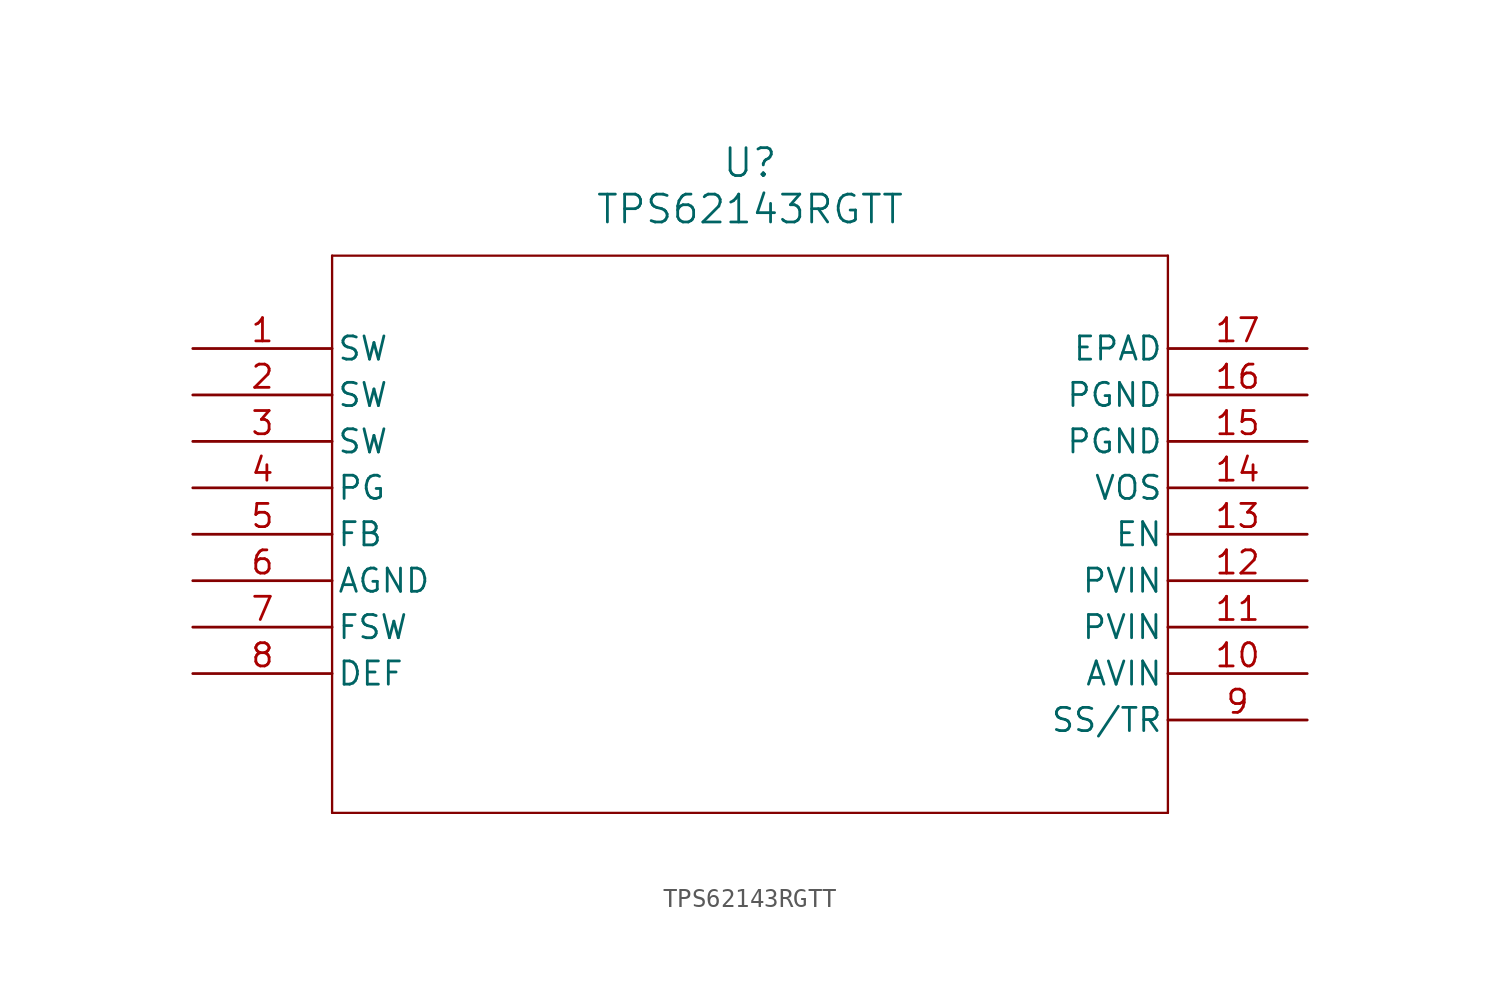
<source format=kicad_sym>
(kicad_symbol_lib
  (version 20211014)
  (generator kicad_symbol_editor)
  (symbol "TPS62143RGTT"
    (pin_names
      (offset 0.254))
    (property "Reference" "U"
      (at 30.48 10.16 0)
      (effects (font (size 1.524 1.524))))
    (property "Value" "TPS62143RGTT"
      (at 30.48 7.62 0)
      (effects (font (size 1.524 1.524))))
    (symbol "TPS62143RGTT_0_1"
      (polyline (pts (xy 7.62 5.08) (xy 7.62 -25.4)) (stroke (width 0.127) (type default) (color 0 0 0 0)) (fill (type none)))
      (polyline (pts (xy 7.62 -25.4) (xy 53.34 -25.4)) (stroke (width 0.127) (type default) (color 0 0 0 0)) (fill (type none)))
      (polyline (pts (xy 53.34 -25.4) (xy 53.34 5.08)) (stroke (width 0.127) (type default) (color 0 0 0 0)) (fill (type none)))
      (polyline (pts (xy 53.34 5.08) (xy 7.62 5.08)) (stroke (width 0.127) (type default) (color 0 0 0 0)) (fill (type none)))
      (pin output line (at 0 0 0) (length 7.62) (name "SW" (effects (font (size 1.27 1.27)))) (number "1" (effects (font (size 1.27 1.27)))))
      (pin output line (at 0 -2.54 0) (length 7.62) (name "SW" (effects (font (size 1.27 1.27)))) (number "2" (effects (font (size 1.27 1.27)))))
      (pin output line (at 0 -5.08 0) (length 7.62) (name "SW" (effects (font (size 1.27 1.27)))) (number "3" (effects (font (size 1.27 1.27)))))
      (pin output line (at 0 -7.62 0) (length 7.62) (name "PG" (effects (font (size 1.27 1.27)))) (number "4" (effects (font (size 1.27 1.27)))))
      (pin input line (at 0 -10.16 0) (length 7.62) (name "FB" (effects (font (size 1.27 1.27)))) (number "5" (effects (font (size 1.27 1.27)))))
      (pin power_in line (at 0 -12.7 0) (length 7.62) (name "AGND" (effects (font (size 1.27 1.27)))) (number "6" (effects (font (size 1.27 1.27)))))
      (pin input line (at 0 -15.24 0) (length 7.62) (name "FSW" (effects (font (size 1.27 1.27)))) (number "7" (effects (font (size 1.27 1.27)))))
      (pin input line (at 0 -17.78 0) (length 7.62) (name "DEF" (effects (font (size 1.27 1.27)))) (number "8" (effects (font (size 1.27 1.27)))))
      (pin input line (at 60.96 -20.32 180) (length 7.62) (name "SS/TR" (effects (font (size 1.27 1.27)))) (number "9" (effects (font (size 1.27 1.27)))))
      (pin input line (at 60.96 -17.78 180) (length 7.62) (name "AVIN" (effects (font (size 1.27 1.27)))) (number "10" (effects (font (size 1.27 1.27)))))
      (pin input line (at 60.96 -15.24 180) (length 7.62) (name "PVIN" (effects (font (size 1.27 1.27)))) (number "11" (effects (font (size 1.27 1.27)))))
      (pin input line (at 60.96 -12.7 180) (length 7.62) (name "PVIN" (effects (font (size 1.27 1.27)))) (number "12" (effects (font (size 1.27 1.27)))))
      (pin input line (at 60.96 -10.16 180) (length 7.62) (name "EN" (effects (font (size 1.27 1.27)))) (number "13" (effects (font (size 1.27 1.27)))))
      (pin input line (at 60.96 -7.62 180) (length 7.62) (name "VOS" (effects (font (size 1.27 1.27)))) (number "14" (effects (font (size 1.27 1.27)))))
      (pin power_in line (at 60.96 -5.08 180) (length 7.62) (name "PGND" (effects (font (size 1.27 1.27)))) (number "15" (effects (font (size 1.27 1.27)))))
      (pin power_in line (at 60.96 -2.54 180) (length 7.62) (name "PGND" (effects (font (size 1.27 1.27)))) (number "16" (effects (font (size 1.27 1.27)))))
      (pin unspecified line (at 60.96 0 180) (length 7.62) (name "EPAD" (effects (font (size 1.27 1.27)))) (number "17" (effects (font (size 1.27 1.27))))))))
</source>
